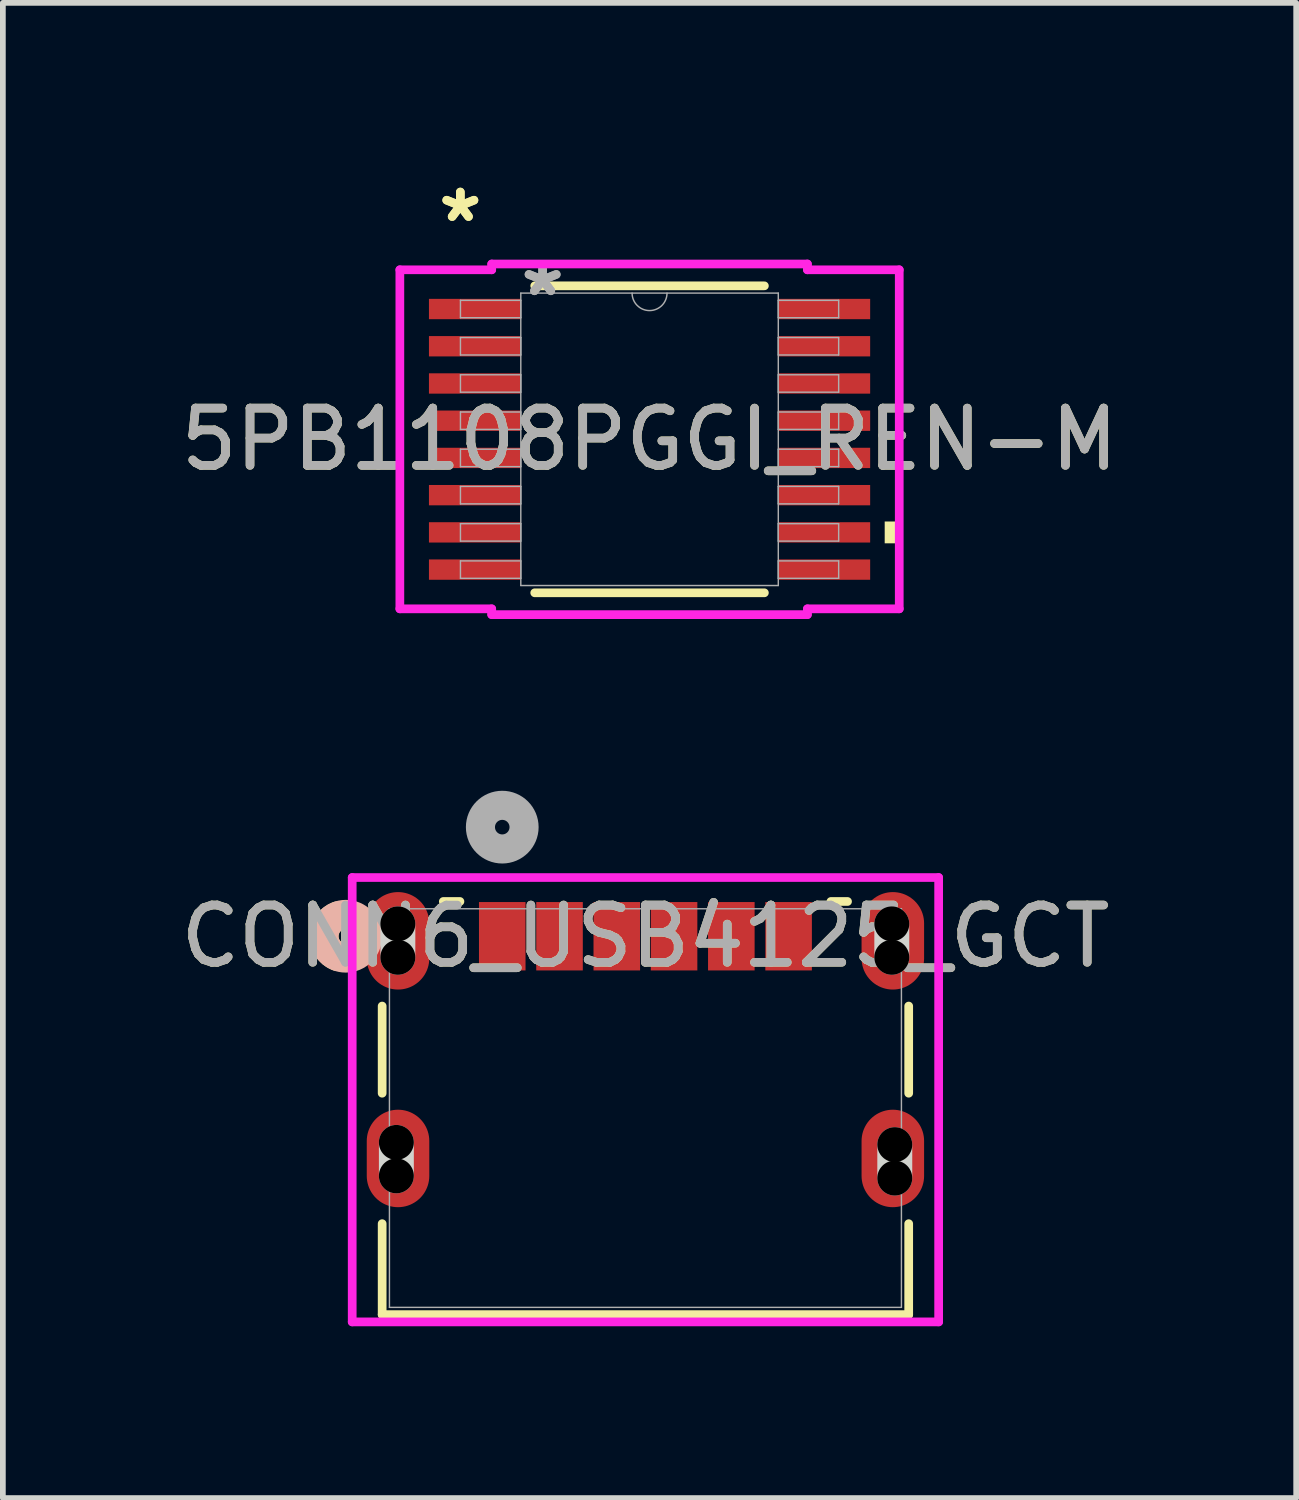
<source format=kicad_pcb>
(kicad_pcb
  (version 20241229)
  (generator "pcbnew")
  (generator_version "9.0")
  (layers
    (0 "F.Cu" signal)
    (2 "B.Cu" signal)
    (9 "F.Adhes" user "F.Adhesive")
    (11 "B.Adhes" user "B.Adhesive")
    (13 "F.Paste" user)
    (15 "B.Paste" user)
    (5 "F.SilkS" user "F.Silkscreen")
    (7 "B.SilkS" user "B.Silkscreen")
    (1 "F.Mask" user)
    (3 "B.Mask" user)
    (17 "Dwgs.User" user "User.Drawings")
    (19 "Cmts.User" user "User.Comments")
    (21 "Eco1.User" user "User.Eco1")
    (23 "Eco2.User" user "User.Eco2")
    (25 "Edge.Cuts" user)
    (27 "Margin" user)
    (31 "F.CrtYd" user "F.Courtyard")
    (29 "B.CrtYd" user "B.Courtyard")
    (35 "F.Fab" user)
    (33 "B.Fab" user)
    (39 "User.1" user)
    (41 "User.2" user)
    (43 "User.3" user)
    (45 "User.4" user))
  (footprint "CONN6_USB4125_GCT"
    (layer "F.Cu")
    (at 8.22 16.298)
    (property "Reference" "CONN6_USB4125_GCT" (at 0 -3 0) (unlocked yes) (layer "F.SilkS") (effects (font (size 1 1) (thickness 0.15))))
    (attr smd)
    (fp_line (start -4.597 -1.781) (end -4.597 -0.259) (stroke (width 0.152) (type solid)) (layer "F.SilkS"))
    (fp_line (start -4.597 2.019) (end -4.597 3.607) (stroke (width 0.152) (type solid)) (layer "F.SilkS"))
    (fp_line (start -4.597 3.607) (end 4.597 3.607) (stroke (width 0.152) (type solid)) (layer "F.SilkS"))
    (fp_line (start -3.239 -3.607) (end -3.529 -3.607) (stroke (width 0.152) (type solid)) (layer "F.SilkS"))
    (fp_line (start 3.529 -3.607) (end 3.239 -3.607) (stroke (width 0.152) (type solid)) (layer "F.SilkS"))
    (fp_line (start 4.597 -0.259) (end 4.597 -1.781) (stroke (width 0.152) (type solid)) (layer "F.SilkS"))
    (fp_line (start 4.597 3.607) (end 4.597 2.019) (stroke (width 0.152) (type solid)) (layer "F.SilkS"))
    (fp_arc (start -5.376641 -2.64716) (mid -5.613375 -3.004189) (end -5.368481 -3.35567) (stroke (width 0.508) (type solid)) (layer "F.SilkS"))
    (fp_circle (center -5.232 -3) (end -4.851 -3) (stroke (width 0.508) (type solid)) (fill no) (layer "B.SilkS"))
    (fp_line (start -4.349 1.184) (end -4.349 0.6) (stroke (width 0.61) (type solid)) (layer "Edge.Cuts"))
    (fp_line (start -4.323 -2.632) (end -4.323 -3.216) (stroke (width 0.61) (type solid)) (layer "Edge.Cuts"))
    (fp_line (start 4.302 -2.632) (end 4.302 -3.216) (stroke (width 0.61) (type solid)) (layer "Edge.Cuts"))
    (fp_line (start 4.354 1.223) (end 4.354 0.639) (stroke (width 0.61) (type solid)) (layer "Edge.Cuts"))
    (fp_line (start -5.12 -4.025) (end -5.12 3.734) (stroke (width 0.152) (type solid)) (layer "F.CrtYd"))
    (fp_line (start -5.12 3.734) (end 5.12 3.734) (stroke (width 0.152) (type solid)) (layer "F.CrtYd"))
    (fp_line (start 5.12 -4.025) (end -5.12 -4.025) (stroke (width 0.152) (type solid)) (layer "F.CrtYd"))
    (fp_line (start 5.12 3.734) (end 5.12 -4.025) (stroke (width 0.152) (type solid)) (layer "F.CrtYd"))
    (fp_line (start -4.47 -3.48) (end -4.47 3.48) (stroke (width 0.025) (type solid)) (layer "F.Fab"))
    (fp_line (start -4.47 3.48) (end 4.47 3.48) (stroke (width 0.025) (type solid)) (layer "F.Fab"))
    (fp_line (start 4.47 -3.48) (end -4.47 -3.48) (stroke (width 0.025) (type solid)) (layer "F.Fab"))
    (fp_line (start 4.47 3.48) (end 4.47 -3.48) (stroke (width 0.025) (type solid)) (layer "F.Fab"))
    (fp_circle (center -2.5 -4.905) (end -2.119 -4.905) (stroke (width 0.508) (type solid)) (fill no) (layer "F.Fab"))
    (fp_text user "${REFERENCE}" (at 0 -3 0) (unlocked yes) (layer "F.Fab") (effects (font (size 1 1) (thickness 0.15))))
    (pad "" np_thru_hole circle (at -4.349 0.6) (size 0.61 0.61) (drill 0.61) (layers))
    (pad "" np_thru_hole circle (at -4.349 1.184) (size 0.61 0.61) (drill 0.61) (layers))
    (pad "" np_thru_hole circle (at -4.323 -3.216) (size 0.61 0.61) (drill 0.61) (layers))
    (pad "" np_thru_hole circle (at -4.323 -2.632) (size 0.61 0.61) (drill 0.61) (layers))
    (pad "" np_thru_hole circle (at 4.302 -3.216) (size 0.61 0.61) (drill 0.61) (layers))
    (pad "" np_thru_hole circle (at 4.302 -2.632) (size 0.61 0.61) (drill 0.61) (layers))
    (pad "" np_thru_hole circle (at 4.354 0.639) (size 0.61 0.61) (drill 0.61) (layers))
    (pad "" np_thru_hole circle (at 4.354 1.223) (size 0.61 0.61) (drill 0.61) (layers))
    (pad "7" smd oval (at -4.32 -2.92) (size 1.092 1.702) (layers "F.Cu" "F.Mask" "F.Paste"))
    (pad "8" smd oval (at 4.32 -2.92) (size 1.092 1.702) (layers "F.Cu" "F.Mask" "F.Paste"))
    (pad "9" smd oval (at -4.32 0.88) (size 1.092 1.702) (layers "F.Cu" "F.Mask" "F.Paste"))
    (pad "10" smd oval (at 4.32 0.88) (size 1.092 1.702) (layers "F.Cu" "F.Mask" "F.Paste"))
    (pad "A5" smd rect (at -0.5 -3) (size 0.813 1.194) (layers "F.Cu" "F.Mask" "F.Paste"))
    (pad "A9" smd rect (at 1.5 -3) (size 0.813 1.194) (layers "F.Cu" "F.Mask" "F.Paste"))
    (pad "A12" smd rect (at 2.5 -3) (size 0.813 1.194) (layers "F.Cu" "F.Mask" "F.Paste"))
    (pad "B5" smd rect (at 0.5 -3) (size 0.813 1.194) (layers "F.Cu" "F.Mask" "F.Paste"))
    (pad "B9" smd rect (at -1.5 -3) (size 0.813 1.194) (layers "F.Cu" "F.Mask" "F.Paste"))
    (pad "B12" smd rect (at -2.5 -3) (size 0.813 1.194) (layers "F.Cu" "F.Mask" "F.Paste")))
  (footprint "5PB1108PGGI_REN-M"
    (layer "F.Cu")
    (at 8.292 4.621)
    (property "Reference" "5PB1108PGGI_REN-M" (at 0 0 0) (unlocked yes) (layer "F.SilkS") (effects (font (size 1 1) (thickness 0.15))))
    (attr smd)
    (fp_line (start -2.005 2.68) (end 2.005 2.68) (stroke (width 0.152) (type solid)) (layer "F.SilkS"))
    (fp_line (start 2.005 -2.68) (end -2.005 -2.68) (stroke (width 0.152) (type solid)) (layer "F.SilkS"))
    (fp_poly (pts (xy 4.36 1.435) (xy 4.36 1.816) (xy 4.106 1.816) (xy 4.106 1.435)) (stroke (width 0) (type solid)) (fill yes) (layer "F.SilkS"))
    (fp_line (start -4.36 -2.96) (end -2.756 -2.96) (stroke (width 0.152) (type solid)) (layer "F.CrtYd"))
    (fp_line (start -4.36 2.96) (end -4.36 -2.96) (stroke (width 0.152) (type solid)) (layer "F.CrtYd"))
    (fp_line (start -4.36 2.96) (end -2.756 2.96) (stroke (width 0.152) (type solid)) (layer "F.CrtYd"))
    (fp_line (start -2.756 -3.061) (end 2.756 -3.061) (stroke (width 0.152) (type solid)) (layer "F.CrtYd"))
    (fp_line (start -2.756 -2.96) (end -2.756 -3.061) (stroke (width 0.152) (type solid)) (layer "F.CrtYd"))
    (fp_line (start -2.756 3.061) (end -2.756 2.96) (stroke (width 0.152) (type solid)) (layer "F.CrtYd"))
    (fp_line (start 2.756 -3.061) (end 2.756 -2.96) (stroke (width 0.152) (type solid)) (layer "F.CrtYd"))
    (fp_line (start 2.756 2.96) (end 2.756 3.061) (stroke (width 0.152) (type solid)) (layer "F.CrtYd"))
    (fp_line (start 2.756 3.061) (end -2.756 3.061) (stroke (width 0.152) (type solid)) (layer "F.CrtYd"))
    (fp_line (start 4.36 -2.96) (end 2.756 -2.96) (stroke (width 0.152) (type solid)) (layer "F.CrtYd"))
    (fp_line (start 4.36 -2.96) (end 4.36 2.96) (stroke (width 0.152) (type solid)) (layer "F.CrtYd"))
    (fp_line (start 4.36 2.96) (end 2.756 2.96) (stroke (width 0.152) (type solid)) (layer "F.CrtYd"))
    (fp_line (start -3.302 -2.427) (end -3.302 -2.123) (stroke (width 0.025) (type solid)) (layer "F.Fab"))
    (fp_line (start -3.302 -2.123) (end -2.248 -2.123) (stroke (width 0.025) (type solid)) (layer "F.Fab"))
    (fp_line (start -3.302 -1.777) (end -3.302 -1.473) (stroke (width 0.025) (type solid)) (layer "F.Fab"))
    (fp_line (start -3.302 -1.473) (end -2.248 -1.473) (stroke (width 0.025) (type solid)) (layer "F.Fab"))
    (fp_line (start -3.302 -1.127) (end -3.302 -0.823) (stroke (width 0.025) (type solid)) (layer "F.Fab"))
    (fp_line (start -3.302 -0.823) (end -2.248 -0.823) (stroke (width 0.025) (type solid)) (layer "F.Fab"))
    (fp_line (start -3.302 -0.477) (end -3.302 -0.173) (stroke (width 0.025) (type solid)) (layer "F.Fab"))
    (fp_line (start -3.302 -0.173) (end -2.248 -0.173) (stroke (width 0.025) (type solid)) (layer "F.Fab"))
    (fp_line (start -3.302 0.173) (end -3.302 0.477) (stroke (width 0.025) (type solid)) (layer "F.Fab"))
    (fp_line (start -3.302 0.477) (end -2.248 0.477) (stroke (width 0.025) (type solid)) (layer "F.Fab"))
    (fp_line (start -3.302 0.823) (end -3.302 1.127) (stroke (width 0.025) (type solid)) (layer "F.Fab"))
    (fp_line (start -3.302 1.127) (end -2.248 1.127) (stroke (width 0.025) (type solid)) (layer "F.Fab"))
    (fp_line (start -3.302 1.473) (end -3.302 1.777) (stroke (width 0.025) (type solid)) (layer "F.Fab"))
    (fp_line (start -3.302 1.777) (end -2.248 1.777) (stroke (width 0.025) (type solid)) (layer "F.Fab"))
    (fp_line (start -3.302 2.123) (end -3.302 2.427) (stroke (width 0.025) (type solid)) (layer "F.Fab"))
    (fp_line (start -3.302 2.427) (end -2.248 2.427) (stroke (width 0.025) (type solid)) (layer "F.Fab"))
    (fp_line (start -2.248 -2.553) (end -2.248 2.553) (stroke (width 0.025) (type solid)) (layer "F.Fab"))
    (fp_line (start -2.248 -2.427) (end -3.302 -2.427) (stroke (width 0.025) (type solid)) (layer "F.Fab"))
    (fp_line (start -2.248 -2.123) (end -2.248 -2.427) (stroke (width 0.025) (type solid)) (layer "F.Fab"))
    (fp_line (start -2.248 -1.777) (end -3.302 -1.777) (stroke (width 0.025) (type solid)) (layer "F.Fab"))
    (fp_line (start -2.248 -1.473) (end -2.248 -1.777) (stroke (width 0.025) (type solid)) (layer "F.Fab"))
    (fp_line (start -2.248 -1.127) (end -3.302 -1.127) (stroke (width 0.025) (type solid)) (layer "F.Fab"))
    (fp_line (start -2.248 -0.823) (end -2.248 -1.127) (stroke (width 0.025) (type solid)) (layer "F.Fab"))
    (fp_line (start -2.248 -0.477) (end -3.302 -0.477) (stroke (width 0.025) (type solid)) (layer "F.Fab"))
    (fp_line (start -2.248 -0.173) (end -2.248 -0.477) (stroke (width 0.025) (type solid)) (layer "F.Fab"))
    (fp_line (start -2.248 0.173) (end -3.302 0.173) (stroke (width 0.025) (type solid)) (layer "F.Fab"))
    (fp_line (start -2.248 0.477) (end -2.248 0.173) (stroke (width 0.025) (type solid)) (layer "F.Fab"))
    (fp_line (start -2.248 0.823) (end -3.302 0.823) (stroke (width 0.025) (type solid)) (layer "F.Fab"))
    (fp_line (start -2.248 1.127) (end -2.248 0.823) (stroke (width 0.025) (type solid)) (layer "F.Fab"))
    (fp_line (start -2.248 1.473) (end -3.302 1.473) (stroke (width 0.025) (type solid)) (layer "F.Fab"))
    (fp_line (start -2.248 1.777) (end -2.248 1.473) (stroke (width 0.025) (type solid)) (layer "F.Fab"))
    (fp_line (start -2.248 2.123) (end -3.302 2.123) (stroke (width 0.025) (type solid)) (layer "F.Fab"))
    (fp_line (start -2.248 2.427) (end -2.248 2.123) (stroke (width 0.025) (type solid)) (layer "F.Fab"))
    (fp_line (start -2.248 2.553) (end 2.248 2.553) (stroke (width 0.025) (type solid)) (layer "F.Fab"))
    (fp_line (start 2.248 -2.553) (end -2.248 -2.553) (stroke (width 0.025) (type solid)) (layer "F.Fab"))
    (fp_line (start 2.248 -2.427) (end 2.248 -2.123) (stroke (width 0.025) (type solid)) (layer "F.Fab"))
    (fp_line (start 2.248 -2.123) (end 3.302 -2.123) (stroke (width 0.025) (type solid)) (layer "F.Fab"))
    (fp_line (start 2.248 -1.777) (end 2.248 -1.473) (stroke (width 0.025) (type solid)) (layer "F.Fab"))
    (fp_line (start 2.248 -1.473) (end 3.302 -1.473) (stroke (width 0.025) (type solid)) (layer "F.Fab"))
    (fp_line (start 2.248 -1.127) (end 2.248 -0.823) (stroke (width 0.025) (type solid)) (layer "F.Fab"))
    (fp_line (start 2.248 -0.823) (end 3.302 -0.823) (stroke (width 0.025) (type solid)) (layer "F.Fab"))
    (fp_line (start 2.248 -0.477) (end 2.248 -0.173) (stroke (width 0.025) (type solid)) (layer "F.Fab"))
    (fp_line (start 2.248 -0.173) (end 3.302 -0.173) (stroke (width 0.025) (type solid)) (layer "F.Fab"))
    (fp_line (start 2.248 0.173) (end 2.248 0.477) (stroke (width 0.025) (type solid)) (layer "F.Fab"))
    (fp_line (start 2.248 0.477) (end 3.302 0.477) (stroke (width 0.025) (type solid)) (layer "F.Fab"))
    (fp_line (start 2.248 0.823) (end 2.248 1.127) (stroke (width 0.025) (type solid)) (layer "F.Fab"))
    (fp_line (start 2.248 1.127) (end 3.302 1.127) (stroke (width 0.025) (type solid)) (layer "F.Fab"))
    (fp_line (start 2.248 1.473) (end 2.248 1.777) (stroke (width 0.025) (type solid)) (layer "F.Fab"))
    (fp_line (start 2.248 1.777) (end 3.302 1.777) (stroke (width 0.025) (type solid)) (layer "F.Fab"))
    (fp_line (start 2.248 2.123) (end 2.248 2.427) (stroke (width 0.025) (type solid)) (layer "F.Fab"))
    (fp_line (start 2.248 2.427) (end 3.302 2.427) (stroke (width 0.025) (type solid)) (layer "F.Fab"))
    (fp_line (start 2.248 2.553) (end 2.248 -2.553) (stroke (width 0.025) (type solid)) (layer "F.Fab"))
    (fp_line (start 3.302 -2.427) (end 2.248 -2.427) (stroke (width 0.025) (type solid)) (layer "F.Fab"))
    (fp_line (start 3.302 -2.123) (end 3.302 -2.427) (stroke (width 0.025) (type solid)) (layer "F.Fab"))
    (fp_line (start 3.302 -1.777) (end 2.248 -1.777) (stroke (width 0.025) (type solid)) (layer "F.Fab"))
    (fp_line (start 3.302 -1.473) (end 3.302 -1.777) (stroke (width 0.025) (type solid)) (layer "F.Fab"))
    (fp_line (start 3.302 -1.127) (end 2.248 -1.127) (stroke (width 0.025) (type solid)) (layer "F.Fab"))
    (fp_line (start 3.302 -0.823) (end 3.302 -1.127) (stroke (width 0.025) (type solid)) (layer "F.Fab"))
    (fp_line (start 3.302 -0.477) (end 2.248 -0.477) (stroke (width 0.025) (type solid)) (layer "F.Fab"))
    (fp_line (start 3.302 -0.173) (end 3.302 -0.477) (stroke (width 0.025) (type solid)) (layer "F.Fab"))
    (fp_line (start 3.302 0.173) (end 2.248 0.173) (stroke (width 0.025) (type solid)) (layer "F.Fab"))
    (fp_line (start 3.302 0.477) (end 3.302 0.173) (stroke (width 0.025) (type solid)) (layer "F.Fab"))
    (fp_line (start 3.302 0.823) (end 2.248 0.823) (stroke (width 0.025) (type solid)) (layer "F.Fab"))
    (fp_line (start 3.302 1.127) (end 3.302 0.823) (stroke (width 0.025) (type solid)) (layer "F.Fab"))
    (fp_line (start 3.302 1.473) (end 2.248 1.473) (stroke (width 0.025) (type solid)) (layer "F.Fab"))
    (fp_line (start 3.302 1.777) (end 3.302 1.473) (stroke (width 0.025) (type solid)) (layer "F.Fab"))
    (fp_line (start 3.302 2.123) (end 2.248 2.123) (stroke (width 0.025) (type solid)) (layer "F.Fab"))
    (fp_line (start 3.302 2.427) (end 3.302 2.123) (stroke (width 0.025) (type solid)) (layer "F.Fab"))
    (fp_arc (start 0.3048 -2.5527) (mid 0 -2.2479) (end -0.3048 -2.5527) (stroke (width 0.0254) (type solid)) (layer "F.Fab"))
    (fp_text user "*" (at -3.304 -3.773 0) (layer "F.SilkS") (effects (font (size 1 1) (thickness 0.15))))
    (fp_text user "*" (at -3.304 -3.773 0) (unlocked yes) (layer "F.SilkS") (effects (font (size 1 1) (thickness 0.15))))
    (fp_text user "*" (at -1.867 -2.477 0) (unlocked yes) (layer "F.Fab") (effects (font (size 1 1) (thickness 0.15))))
    (fp_text user "*" (at -1.867 -2.477 0) (layer "F.Fab") (effects (font (size 1 1) (thickness 0.15))))
    (fp_text user "${REFERENCE}" (at 0 0 0) (unlocked yes) (layer "F.Fab") (effects (font (size 1 1) (thickness 0.15))))
    (pad "1" smd rect (at -3.05 -2.275) (size 1.604 0.355) (layers "F.Cu" "F.Mask" "F.Paste"))
    (pad "2" smd rect (at -3.05 -1.625) (size 1.604 0.355) (layers "F.Cu" "F.Mask" "F.Paste"))
    (pad "3" smd rect (at -3.05 -0.975) (size 1.604 0.355) (layers "F.Cu" "F.Mask" "F.Paste"))
    (pad "4" smd rect (at -3.05 -0.325) (size 1.604 0.355) (layers "F.Cu" "F.Mask" "F.Paste"))
    (pad "5" smd rect (at -3.05 0.325) (size 1.604 0.355) (layers "F.Cu" "F.Mask" "F.Paste"))
    (pad "6" smd rect (at -3.05 0.975) (size 1.604 0.355) (layers "F.Cu" "F.Mask" "F.Paste"))
    (pad "7" smd rect (at -3.05 1.625) (size 1.604 0.355) (layers "F.Cu" "F.Mask" "F.Paste"))
    (pad "8" smd rect (at -3.05 2.275) (size 1.604 0.355) (layers "F.Cu" "F.Mask" "F.Paste"))
    (pad "9" smd rect (at 3.05 2.275) (size 1.604 0.355) (layers "F.Cu" "F.Mask" "F.Paste"))
    (pad "10" smd rect (at 3.05 1.625) (size 1.604 0.355) (layers "F.Cu" "F.Mask" "F.Paste"))
    (pad "11" smd rect (at 3.05 0.975) (size 1.604 0.355) (layers "F.Cu" "F.Mask" "F.Paste"))
    (pad "12" smd rect (at 3.05 0.325) (size 1.604 0.355) (layers "F.Cu" "F.Mask" "F.Paste"))
    (pad "13" smd rect (at 3.05 -0.325) (size 1.604 0.355) (layers "F.Cu" "F.Mask" "F.Paste"))
    (pad "14" smd rect (at 3.05 -0.975) (size 1.604 0.355) (layers "F.Cu" "F.Mask" "F.Paste"))
    (pad "15" smd rect (at 3.05 -1.625) (size 1.604 0.355) (layers "F.Cu" "F.Mask" "F.Paste"))
    (pad "16" smd rect (at 3.05 -2.275) (size 1.604 0.355) (layers "F.Cu" "F.Mask" "F.Paste")))
  (gr_rect
    (start -3 -3)
    (end 19.583 23.108)
    (stroke (width 0.1) (type default))
    (fill no)
    (layer "Edge.Cuts")))
</source>
